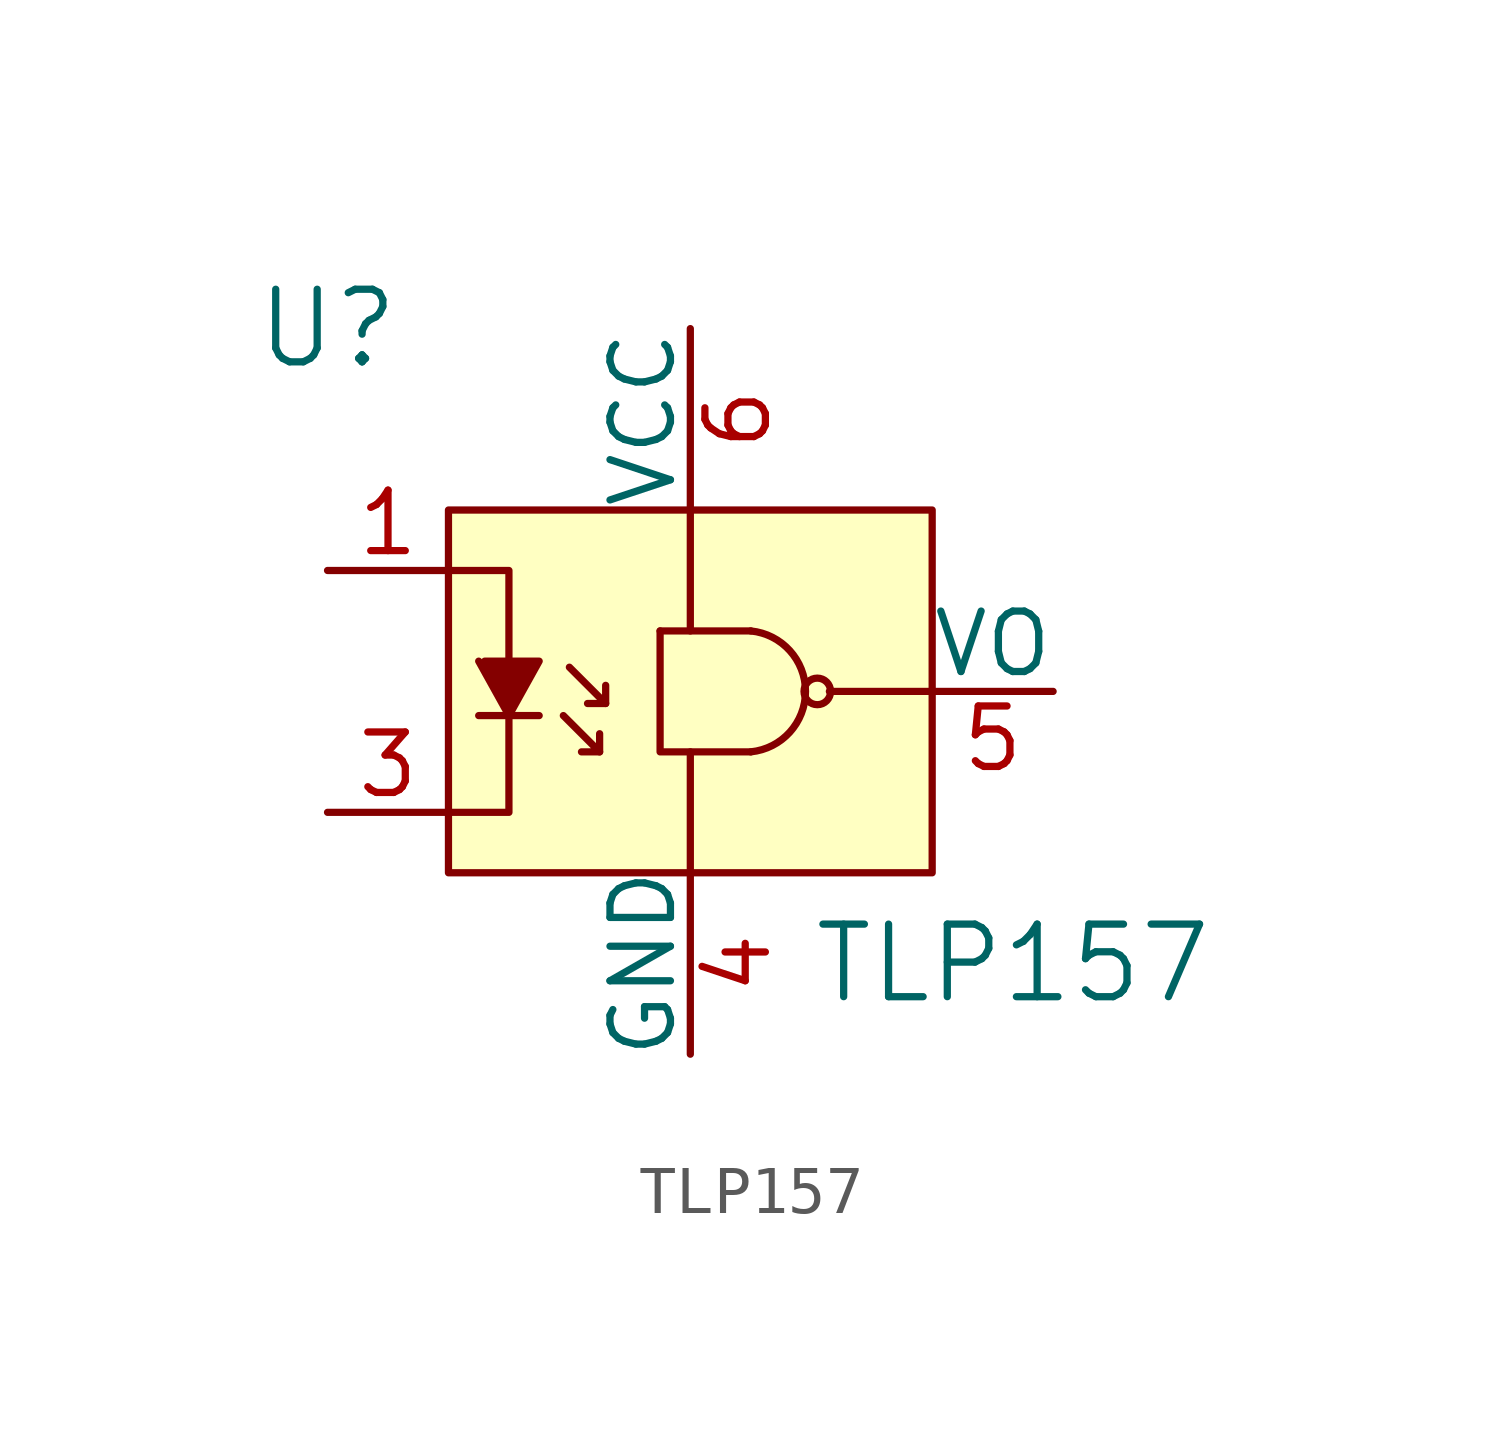
<source format=kicad_sym>
(kicad_symbol_lib
  (version 20211014)
  (generator kicad_symbol_editor)
  (symbol "TLP157"
    (pin_names
      (offset 0))
    (property "Reference" "U"
      (at -7.62 7.62 0)
      (effects (font (size 1.524 1.524))))
    (property "Value" "TLP157"
      (at 2.54 -5.715 0)
      (effects (font (size 1.524 1.524)) (justify left)))
    (symbol "TLP157_0_1"
      (rectangle (start -5.08 3.81) (end 5.08 -3.81) (stroke (width 0) (type default) (color 0 0 0 0)) (fill (type background)))
      (polyline (pts (xy -4.445 -0.508) (xy -3.175 -0.508)) (stroke (width 0) (type default) (color 0 0 0 0)) (fill (type none)))
      (polyline (pts (xy -1.905 -1.27) (xy -1.905 -0.889)) (stroke (width 0) (type default) (color 0 0 0 0)) (fill (type none)))
      (polyline (pts (xy -1.778 -0.254) (xy -2.159 -0.254)) (stroke (width 0) (type default) (color 0 0 0 0)) (fill (type none)))
      (polyline (pts (xy -0.635 1.27) (xy 1.27 1.27)) (stroke (width 0) (type default) (color 0 0 0 0)) (fill (type none)))
      (polyline (pts (xy 0 -3.81) (xy 0 -1.27)) (stroke (width 0) (type default) (color 0 0 0 0)) (fill (type none)))
      (polyline (pts (xy 0 3.81) (xy 0 1.27)) (stroke (width 0) (type default) (color 0 0 0 0)) (fill (type none)))
      (polyline (pts (xy 2.921 0) (xy 5.08 0)) (stroke (width 0) (type default) (color 0 0 0 0)) (fill (type none)))
      (polyline (pts (xy -5.08 -2.54) (xy -3.81 -2.54) (xy -3.81 -0.254)) (stroke (width 0) (type default) (color 0 0 0 0)) (fill (type none)))
      (polyline (pts (xy -5.08 2.54) (xy -3.81 2.54) (xy -3.81 0.508)) (stroke (width 0) (type default) (color 0 0 0 0)) (fill (type none)))
      (polyline (pts (xy -2.667 -0.508) (xy -1.905 -1.27) (xy -2.286 -1.27)) (stroke (width 0) (type default) (color 0 0 0 0)) (fill (type none)))
      (polyline (pts (xy -2.54 0.508) (xy -1.778 -0.254) (xy -1.778 0.127)) (stroke (width 0) (type default) (color 0 0 0 0)) (fill (type none)))
      (polyline (pts (xy -0.635 1.27) (xy -0.635 -1.27) (xy 1.27 -1.27)) (stroke (width 0) (type default) (color 0 0 0 0)) (fill (type none)))
      (polyline (pts (xy -4.318 0.635) (xy -3.175 0.635) (xy -3.81 -0.508) (xy -4.445 0.635)) (stroke (width 0) (type default) (color 0 0 0 0)) (fill (type outline)))
      (arc (start 1.27 -1.27) (mid 2.4193 0) (end 1.27 1.27) (stroke (width 0) (type default) (color 0 0 0 0)) (fill (type none)))
      (circle (center 2.667 0) (radius 0.279) (stroke (width 0) (type default) (color 0 0 0 0)) (fill (type none))))
    (symbol "TLP157_1_1"
      (pin passive line (at -7.62 2.54 0) (length 2.54) (name "~" (effects (font (size 1.27 1.27)))) (number "1" (effects (font (size 1.27 1.27)))))
      (pin passive line (at -7.62 -2.54 0) (length 2.54) (name "~" (effects (font (size 1.27 1.27)))) (number "3" (effects (font (size 1.27 1.27)))))
      (pin power_in line (at 0 -7.62 90) (length 3.81) (name "GND" (effects (font (size 1.27 1.27)))) (number "4" (effects (font (size 1.27 1.27)))))
      (pin output line (at 7.62 0 180) (length 2.54) (name "VO" (effects (font (size 1.27 1.27)))) (number "5" (effects (font (size 1.27 1.27)))))
      (pin power_in line (at 0 7.62 270) (length 3.81) (name "VCC" (effects (font (size 1.27 1.27)))) (number "6" (effects (font (size 1.27 1.27))))))))
</source>
